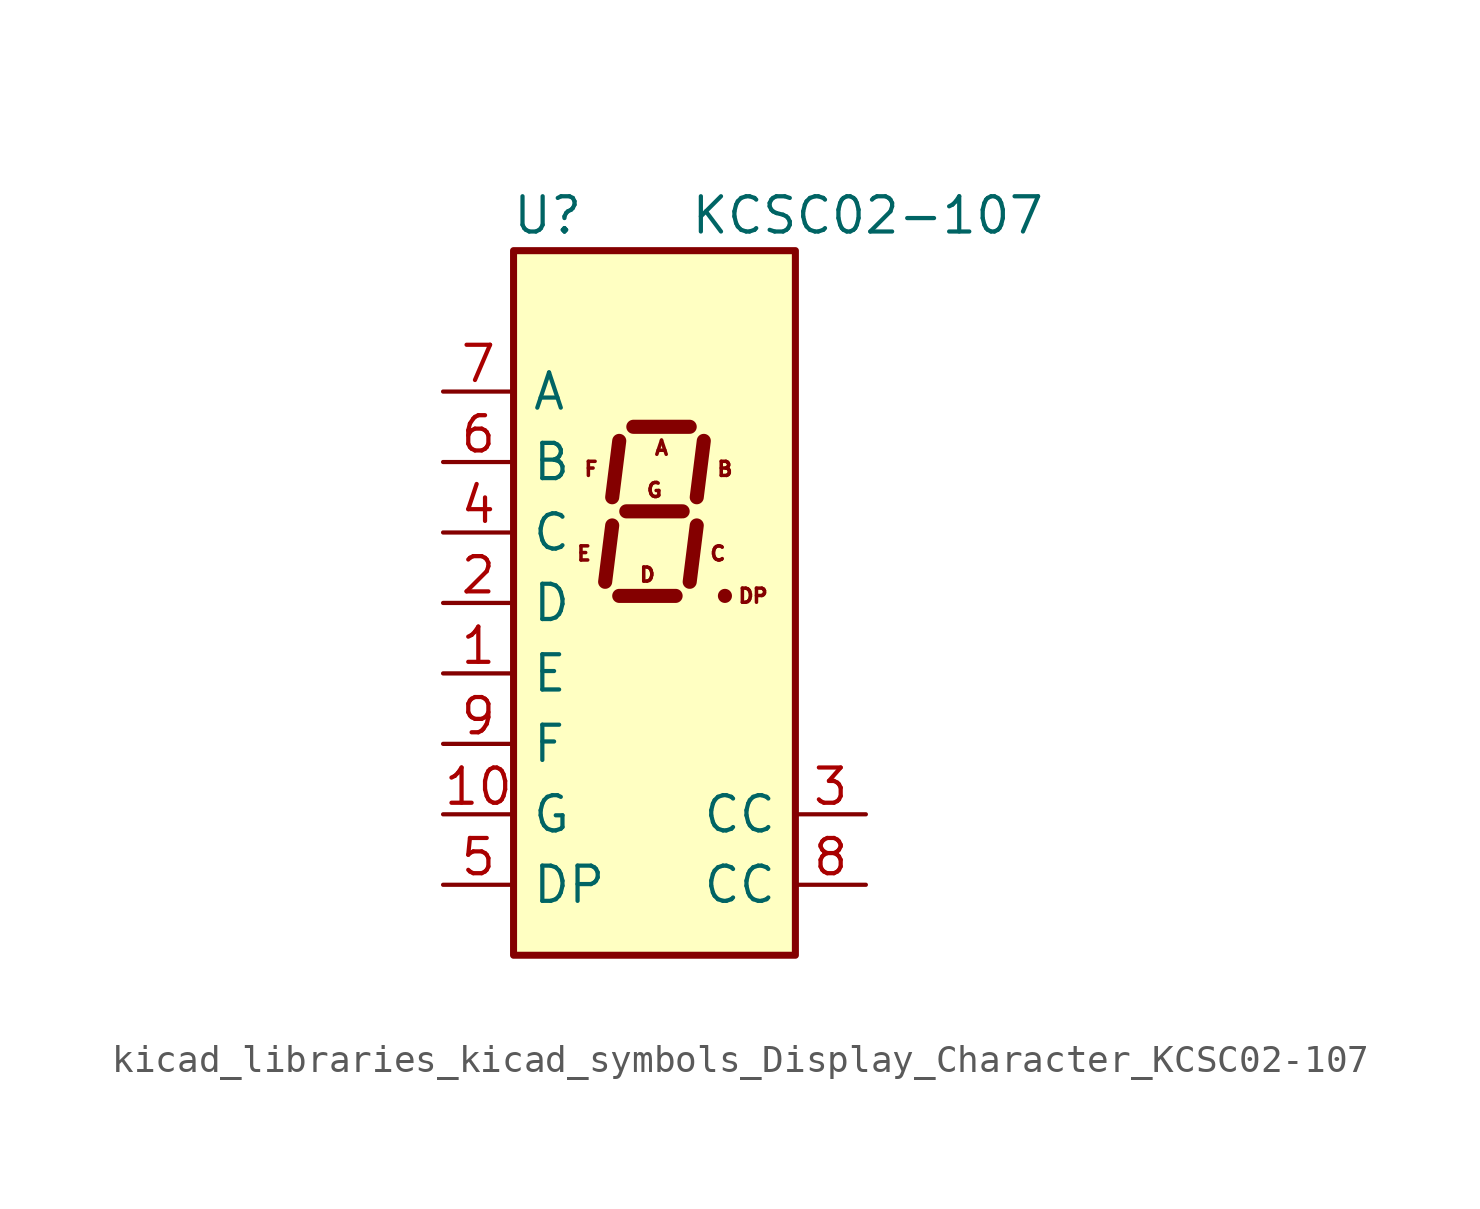
<source format=kicad_sym>
(kicad_symbol_lib
  (version 20220914)
  (generator kicad_symbol_editor)
  (symbol "kicad_libraries_kicad_symbols_Display_Character_KCSC02-107"
    (pin_names
      (offset 0.635))
    (property "Reference" "U"
      (at -2.54 13.97 0)
      (effects (font (size 1.27 1.27)) (justify right)))
    (property "Value" "KCSC02-107"
      (at 1.27 13.97 0)
      (effects (font (size 1.27 1.27)) (justify left)))
    (symbol "kicad_libraries_kicad_symbols_Display_Character_KCSC02-107_0_0"
      (text "A" (at 0.254 5.588 0) (effects (font (size 0.508 0.508))))
      (text "B" (at 2.54 4.826 0) (effects (font (size 0.508 0.508))))
      (text "C" (at 2.286 1.778 0) (effects (font (size 0.508 0.508))))
      (text "D" (at -0.254 1.016 0) (effects (font (size 0.508 0.508))))
      (text "DP" (at 3.556 0.254 0) (effects (font (size 0.508 0.508))))
      (text "E" (at -2.54 1.778 0) (effects (font (size 0.508 0.508))))
      (text "F" (at -2.286 4.826 0) (effects (font (size 0.508 0.508))))
      (text "G" (at 0 4.064 0) (effects (font (size 0.508 0.508)))))
    (symbol "kicad_libraries_kicad_symbols_Display_Character_KCSC02-107_0_1"
      (rectangle (start -5.08 12.7) (end 5.08 -12.7) (stroke (width 0.254) (type default)) (fill (type background)))
      (polyline (pts (xy -1.524 2.794) (xy -1.778 0.762)) (stroke (width 0.508) (type default)) (fill (type none)))
      (polyline (pts (xy -1.27 0.254) (xy 0.762 0.254)) (stroke (width 0.508) (type default)) (fill (type none)))
      (polyline (pts (xy -1.27 5.842) (xy -1.524 3.81)) (stroke (width 0.508) (type default)) (fill (type none)))
      (polyline (pts (xy -1.016 3.302) (xy 1.016 3.302)) (stroke (width 0.508) (type default)) (fill (type none)))
      (polyline (pts (xy -0.762 6.35) (xy 1.27 6.35)) (stroke (width 0.508) (type default)) (fill (type none)))
      (polyline (pts (xy 1.524 2.794) (xy 1.27 0.762)) (stroke (width 0.508) (type default)) (fill (type none)))
      (polyline (pts (xy 1.778 5.842) (xy 1.524 3.81)) (stroke (width 0.508) (type default)) (fill (type none)))
      (polyline (pts (xy 2.54 0.254) (xy 2.54 0.254)) (stroke (width 0.508) (type default)) (fill (type none))))
    (symbol "kicad_libraries_kicad_symbols_Display_Character_KCSC02-107_1_1"
      (pin input line (at -7.62 -2.54 0) (length 2.54) (name "E" (effects (font (size 1.27 1.27)))) (number "1" (effects (font (size 1.27 1.27)))))
      (pin input line (at -7.62 -7.62 0) (length 2.54) (name "G" (effects (font (size 1.27 1.27)))) (number "10" (effects (font (size 1.27 1.27)))))
      (pin input line (at -7.62 0 0) (length 2.54) (name "D" (effects (font (size 1.27 1.27)))) (number "2" (effects (font (size 1.27 1.27)))))
      (pin input line (at 7.62 -7.62 180) (length 2.54) (name "CC" (effects (font (size 1.27 1.27)))) (number "3" (effects (font (size 1.27 1.27)))))
      (pin input line (at -7.62 2.54 0) (length 2.54) (name "C" (effects (font (size 1.27 1.27)))) (number "4" (effects (font (size 1.27 1.27)))))
      (pin input line (at -7.62 -10.16 0) (length 2.54) (name "DP" (effects (font (size 1.27 1.27)))) (number "5" (effects (font (size 1.27 1.27)))))
      (pin input line (at -7.62 5.08 0) (length 2.54) (name "B" (effects (font (size 1.27 1.27)))) (number "6" (effects (font (size 1.27 1.27)))))
      (pin input line (at -7.62 7.62 0) (length 2.54) (name "A" (effects (font (size 1.27 1.27)))) (number "7" (effects (font (size 1.27 1.27)))))
      (pin input line (at 7.62 -10.16 180) (length 2.54) (name "CC" (effects (font (size 1.27 1.27)))) (number "8" (effects (font (size 1.27 1.27)))))
      (pin input line (at -7.62 -5.08 0) (length 2.54) (name "F" (effects (font (size 1.27 1.27)))) (number "9" (effects (font (size 1.27 1.27))))))))
</source>
